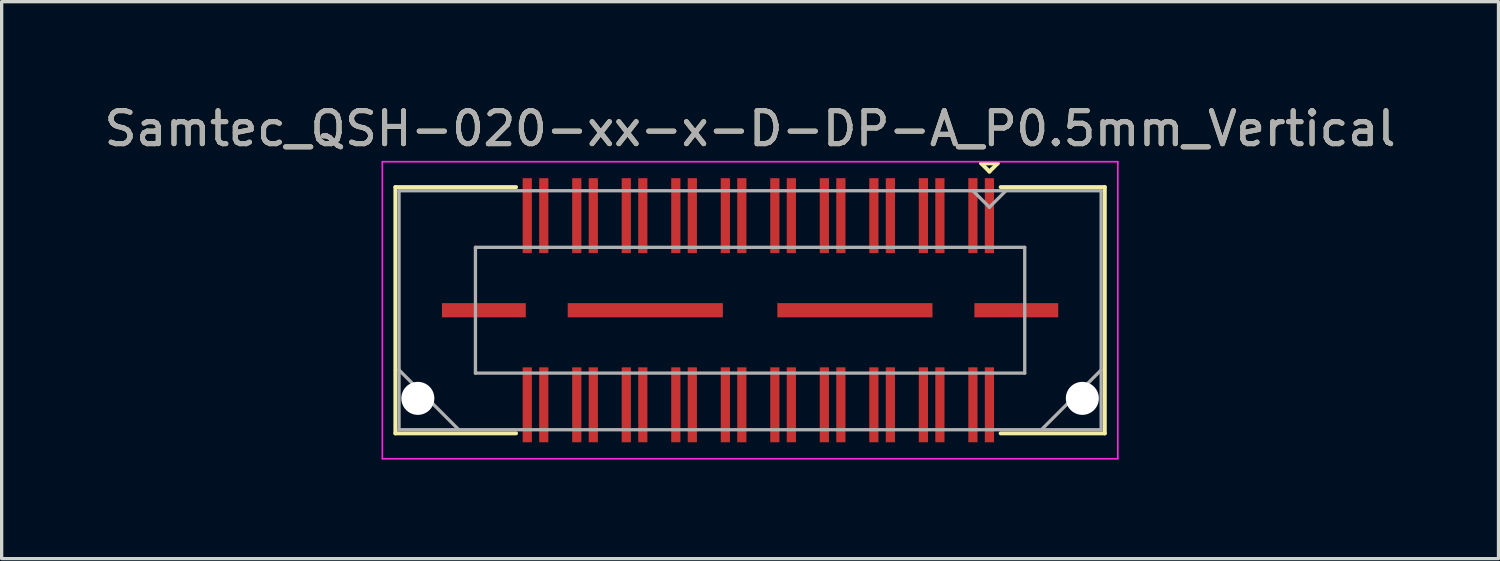
<source format=kicad_pcb>
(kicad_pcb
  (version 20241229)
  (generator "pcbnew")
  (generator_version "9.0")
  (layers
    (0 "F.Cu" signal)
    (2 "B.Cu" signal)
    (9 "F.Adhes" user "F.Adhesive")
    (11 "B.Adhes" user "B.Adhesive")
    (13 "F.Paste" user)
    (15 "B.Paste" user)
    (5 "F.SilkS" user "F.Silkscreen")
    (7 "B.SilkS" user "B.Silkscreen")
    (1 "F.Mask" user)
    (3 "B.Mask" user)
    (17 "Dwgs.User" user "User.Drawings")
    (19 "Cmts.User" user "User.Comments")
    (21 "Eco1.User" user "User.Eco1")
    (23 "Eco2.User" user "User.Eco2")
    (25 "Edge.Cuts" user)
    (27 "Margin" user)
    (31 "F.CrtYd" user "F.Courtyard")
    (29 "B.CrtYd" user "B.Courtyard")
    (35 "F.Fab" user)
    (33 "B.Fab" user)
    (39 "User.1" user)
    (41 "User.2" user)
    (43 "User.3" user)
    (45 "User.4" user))
  (footprint "Samtec_QSH-020-xx-x-D-DP-A_P0.5mm_Vertical"
    (layer "F.Cu")
    (at 19.673 6.348)
    (property "Reference" "Samtec_QSH-020-xx-x-D-DP-A_P0.5mm_Vertical" (at 0 -5.5 0) (layer "F.SilkS") (effects (font (size 1 1) (thickness 0.15))))
    (attr smd)
    (fp_line (start -10.745 -3.73) (end -7.09 -3.73) (stroke (width 0.12) (type solid)) (layer "F.SilkS"))
    (fp_line (start -10.745 3.73) (end -10.745 -3.73) (stroke (width 0.12) (type solid)) (layer "F.SilkS"))
    (fp_line (start -7.09 3.73) (end -10.745 3.73) (stroke (width 0.12) (type solid)) (layer "F.SilkS"))
    (fp_line (start 7 -4.45) (end 7.5 -4.45) (stroke (width 0.12) (type solid)) (layer "F.SilkS"))
    (fp_line (start 7.25 -4.2) (end 7 -4.45) (stroke (width 0.12) (type solid)) (layer "F.SilkS"))
    (fp_line (start 7.5 -4.45) (end 7.25 -4.2) (stroke (width 0.12) (type solid)) (layer "F.SilkS"))
    (fp_line (start 7.59 3.73) (end 10.745 3.73) (stroke (width 0.12) (type solid)) (layer "F.SilkS"))
    (fp_line (start 10.745 -3.73) (end 7.59 -3.73) (stroke (width 0.12) (type solid)) (layer "F.SilkS"))
    (fp_line (start 10.745 3.73) (end 10.745 -3.73) (stroke (width 0.12) (type solid)) (layer "F.SilkS"))
    (fp_line (start -11.14 -4.5) (end -11.14 4.5) (stroke (width 0.05) (type solid)) (layer "F.CrtYd"))
    (fp_line (start -11.14 4.5) (end 11.14 4.5) (stroke (width 0.05) (type solid)) (layer "F.CrtYd"))
    (fp_line (start 11.14 -4.5) (end -11.14 -4.5) (stroke (width 0.05) (type solid)) (layer "F.CrtYd"))
    (fp_line (start 11.14 4.5) (end 11.14 -4.5) (stroke (width 0.05) (type solid)) (layer "F.CrtYd"))
    (fp_line (start -10.635 -3.62) (end -10.635 3.62) (stroke (width 0.1) (type solid)) (layer "F.Fab"))
    (fp_line (start -10.635 1.81) (end -8.825 3.62) (stroke (width 0.1) (type solid)) (layer "F.Fab"))
    (fp_line (start -10.635 3.62) (end 10.635 3.62) (stroke (width 0.1) (type solid)) (layer "F.Fab"))
    (fp_line (start -8.32 -1.905) (end -8.32 1.905) (stroke (width 0.1) (type solid)) (layer "F.Fab"))
    (fp_line (start -8.32 1.905) (end 8.32 1.905) (stroke (width 0.1) (type solid)) (layer "F.Fab"))
    (fp_line (start 7.25 -3.12) (end 6.75 -3.62) (stroke (width 0.1) (type solid)) (layer "F.Fab"))
    (fp_line (start 7.75 -3.62) (end 7.25 -3.12) (stroke (width 0.1) (type solid)) (layer "F.Fab"))
    (fp_line (start 8.32 -1.905) (end -8.32 -1.905) (stroke (width 0.1) (type solid)) (layer "F.Fab"))
    (fp_line (start 8.32 1.905) (end 8.32 -1.905) (stroke (width 0.1) (type solid)) (layer "F.Fab"))
    (fp_line (start 10.635 -3.62) (end -10.635 -3.62) (stroke (width 0.1) (type solid)) (layer "F.Fab"))
    (fp_line (start 10.635 1.81) (end 8.825 3.62) (stroke (width 0.1) (type solid)) (layer "F.Fab"))
    (fp_line (start 10.635 3.62) (end 10.635 -3.62) (stroke (width 0.1) (type solid)) (layer "F.Fab"))
    (fp_text user "${REFERENCE}" (at 0 -5.5 0) (layer "F.Fab") (effects (font (size 1 1) (thickness 0.15))))
    (pad "" np_thru_hole circle (at -10.065 2.67) (size 1 1) (drill 1) (layers "*.Cu" "*.Mask"))
    (pad "" np_thru_hole circle (at 10.065 2.67) (size 1 1) (drill 1) (layers "*.Cu" "*.Mask"))
    (pad "1" smd rect (at 7.25 -2.865) (size 0.279 2.27) (layers "F.Cu" "F.Mask" "F.Paste"))
    (pad "2" smd rect (at 7.25 2.865) (size 0.279 2.27) (layers "F.Cu" "F.Mask" "F.Paste"))
    (pad "3" smd rect (at 6.75 -2.865) (size 0.279 2.27) (layers "F.Cu" "F.Mask" "F.Paste"))
    (pad "4" smd rect (at 6.75 2.865) (size 0.279 2.27) (layers "F.Cu" "F.Mask" "F.Paste"))
    (pad "5" smd rect (at 5.75 -2.865) (size 0.279 2.27) (layers "F.Cu" "F.Mask" "F.Paste"))
    (pad "6" smd rect (at 5.75 2.865) (size 0.279 2.27) (layers "F.Cu" "F.Mask" "F.Paste"))
    (pad "7" smd rect (at 5.25 -2.865) (size 0.279 2.27) (layers "F.Cu" "F.Mask" "F.Paste"))
    (pad "8" smd rect (at 5.25 2.865) (size 0.279 2.27) (layers "F.Cu" "F.Mask" "F.Paste"))
    (pad "9" smd rect (at 4.25 -2.865) (size 0.279 2.27) (layers "F.Cu" "F.Mask" "F.Paste"))
    (pad "10" smd rect (at 4.25 2.865) (size 0.279 2.27) (layers "F.Cu" "F.Mask" "F.Paste"))
    (pad "11" smd rect (at 3.75 -2.865) (size 0.279 2.27) (layers "F.Cu" "F.Mask" "F.Paste"))
    (pad "12" smd rect (at 3.75 2.865) (size 0.279 2.27) (layers "F.Cu" "F.Mask" "F.Paste"))
    (pad "13" smd rect (at 2.75 -2.865) (size 0.279 2.27) (layers "F.Cu" "F.Mask" "F.Paste"))
    (pad "14" smd rect (at 2.75 2.865) (size 0.279 2.27) (layers "F.Cu" "F.Mask" "F.Paste"))
    (pad "15" smd rect (at 2.25 -2.865) (size 0.279 2.27) (layers "F.Cu" "F.Mask" "F.Paste"))
    (pad "16" smd rect (at 2.25 2.865) (size 0.279 2.27) (layers "F.Cu" "F.Mask" "F.Paste"))
    (pad "17" smd rect (at 1.25 -2.865) (size 0.279 2.27) (layers "F.Cu" "F.Mask" "F.Paste"))
    (pad "18" smd rect (at 1.25 2.865) (size 0.279 2.27) (layers "F.Cu" "F.Mask" "F.Paste"))
    (pad "19" smd rect (at 0.75 -2.865) (size 0.279 2.27) (layers "F.Cu" "F.Mask" "F.Paste"))
    (pad "20" smd rect (at 0.75 2.865) (size 0.279 2.27) (layers "F.Cu" "F.Mask" "F.Paste"))
    (pad "21" smd rect (at -0.25 -2.865) (size 0.279 2.27) (layers "F.Cu" "F.Mask" "F.Paste"))
    (pad "22" smd rect (at -0.25 2.865) (size 0.279 2.27) (layers "F.Cu" "F.Mask" "F.Paste"))
    (pad "23" smd rect (at -0.75 -2.865) (size 0.279 2.27) (layers "F.Cu" "F.Mask" "F.Paste"))
    (pad "24" smd rect (at -0.75 2.865) (size 0.279 2.27) (layers "F.Cu" "F.Mask" "F.Paste"))
    (pad "25" smd rect (at -1.75 -2.865) (size 0.279 2.27) (layers "F.Cu" "F.Mask" "F.Paste"))
    (pad "26" smd rect (at -1.75 2.865) (size 0.279 2.27) (layers "F.Cu" "F.Mask" "F.Paste"))
    (pad "27" smd rect (at -2.25 -2.865) (size 0.279 2.27) (layers "F.Cu" "F.Mask" "F.Paste"))
    (pad "28" smd rect (at -2.25 2.865) (size 0.279 2.27) (layers "F.Cu" "F.Mask" "F.Paste"))
    (pad "29" smd rect (at -3.25 -2.865) (size 0.279 2.27) (layers "F.Cu" "F.Mask" "F.Paste"))
    (pad "30" smd rect (at -3.25 2.865) (size 0.279 2.27) (layers "F.Cu" "F.Mask" "F.Paste"))
    (pad "31" smd rect (at -3.75 -2.865) (size 0.279 2.27) (layers "F.Cu" "F.Mask" "F.Paste"))
    (pad "32" smd rect (at -3.75 2.865) (size 0.279 2.27) (layers "F.Cu" "F.Mask" "F.Paste"))
    (pad "33" smd rect (at -4.75 -2.865) (size 0.279 2.27) (layers "F.Cu" "F.Mask" "F.Paste"))
    (pad "34" smd rect (at -4.75 2.865) (size 0.279 2.27) (layers "F.Cu" "F.Mask" "F.Paste"))
    (pad "35" smd rect (at -5.25 -2.865) (size 0.279 2.27) (layers "F.Cu" "F.Mask" "F.Paste"))
    (pad "36" smd rect (at -5.25 2.865) (size 0.279 2.27) (layers "F.Cu" "F.Mask" "F.Paste"))
    (pad "37" smd rect (at -6.25 -2.865) (size 0.279 2.27) (layers "F.Cu" "F.Mask" "F.Paste"))
    (pad "38" smd rect (at -6.25 2.865) (size 0.279 2.27) (layers "F.Cu" "F.Mask" "F.Paste"))
    (pad "39" smd rect (at -6.75 -2.865) (size 0.279 2.27) (layers "F.Cu" "F.Mask" "F.Paste"))
    (pad "40" smd rect (at -6.75 2.865) (size 0.279 2.27) (layers "F.Cu" "F.Mask" "F.Paste"))
    (pad "P1" smd rect (at -8.065 0) (size 2.54 0.43) (layers "F.Cu" "F.Mask" "F.Paste"))
    (pad "P1" smd rect (at -3.175 0) (size 4.7 0.43) (layers "F.Cu" "F.Mask" "F.Paste"))
    (pad "P1" smd rect (at 3.175 0) (size 4.7 0.43) (layers "F.Cu" "F.Mask" "F.Paste"))
    (pad "P1" smd rect (at 8.065 0) (size 2.54 0.43) (layers "F.Cu" "F.Mask" "F.Paste")))
  (gr_rect
    (start -3 -3)
    (end 42.345 13.873)
    (stroke (width 0.1) (type default))
    (fill no)
    (layer "Edge.Cuts")))
</source>
